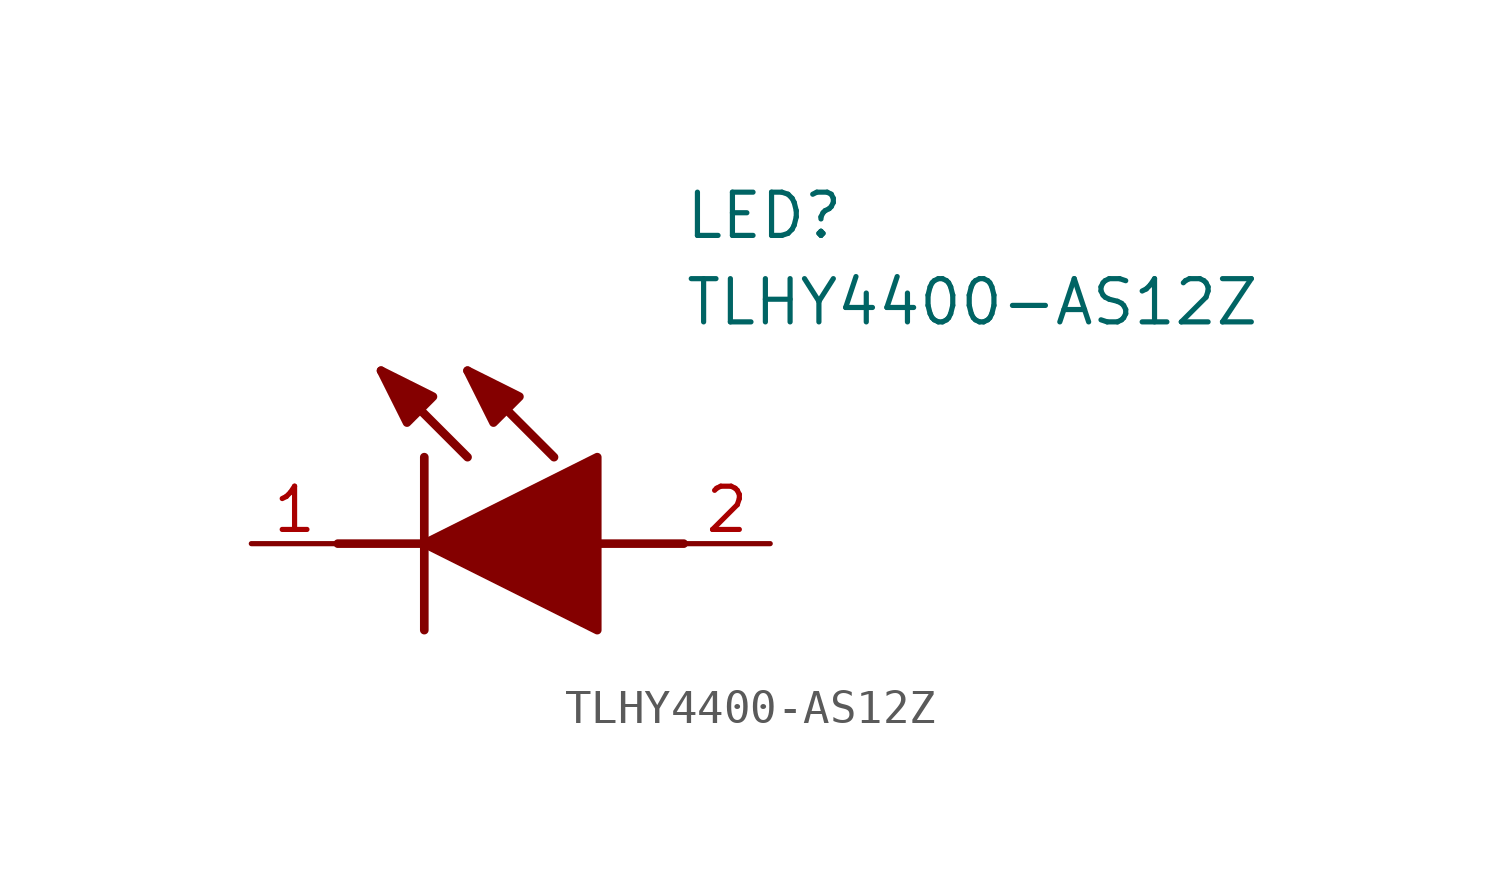
<source format=kicad_sym>
(kicad_symbol_lib
  (version 20241209)
  (generator "kicad_symbol_editor")
  (generator_version "9.0")
  (symbol "TLHY4400-AS12Z"
    (pin_names
      (hide yes))
    (property "Reference" "LED"
      (at 12.7 8.89 0)
      (effects (font (size 1.27 1.27)) (justify left bottom)))
    (property "Value" "TLHY4400-AS12Z"
      (at 12.7 6.35 0)
      (effects (font (size 1.27 1.27)) (justify left bottom)))
    (symbol "TLHY4400-AS12Z_1_1"
      (polyline (pts (xy 2.54 0) (xy 5.08 0)) (stroke (width 0.254) (type default)) (fill (type none)))
      (polyline (pts (xy 5.08 2.54) (xy 5.08 -2.54)) (stroke (width 0.254) (type default)) (fill (type none)))
      (polyline (pts (xy 5.08 0) (xy 10.16 2.54) (xy 10.16 -2.54) (xy 5.08 0)) (stroke (width 0.254) (type default)) (fill (type outline)))
      (polyline (pts (xy 5.334 4.318) (xy 4.572 3.556) (xy 3.81 5.08) (xy 5.334 4.318)) (stroke (width 0.254) (type default)) (fill (type outline)))
      (polyline (pts (xy 6.35 2.54) (xy 3.81 5.08)) (stroke (width 0.254) (type default)) (fill (type none)))
      (polyline (pts (xy 7.874 4.318) (xy 7.112 3.556) (xy 6.35 5.08) (xy 7.874 4.318)) (stroke (width 0.254) (type default)) (fill (type outline)))
      (polyline (pts (xy 8.89 2.54) (xy 6.35 5.08)) (stroke (width 0.254) (type default)) (fill (type none)))
      (polyline (pts (xy 10.16 0) (xy 12.7 0)) (stroke (width 0.254) (type default)) (fill (type none)))
      (pin passive line (at 0 0 0) (length 2.54) (name "K" (effects (font (size 1.27 1.27)))) (number "1" (effects (font (size 1.27 1.27)))))
      (pin passive line (at 15.24 0 180) (length 2.54) (name "A" (effects (font (size 1.27 1.27)))) (number "2" (effects (font (size 1.27 1.27))))))))
</source>
